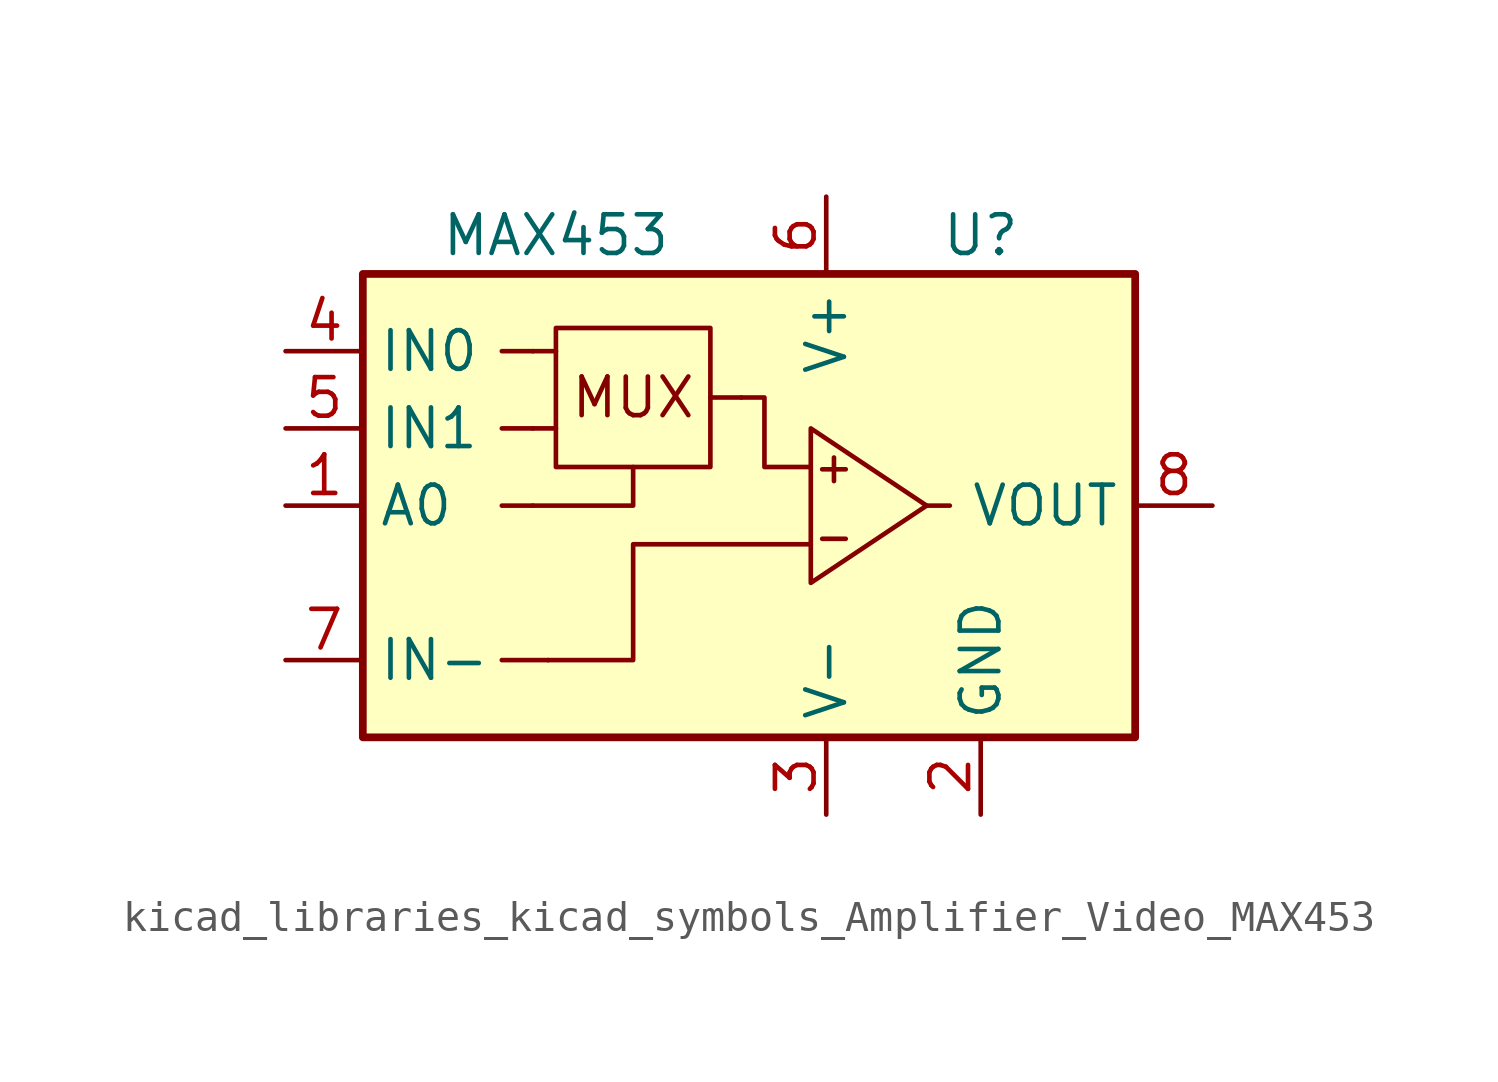
<source format=kicad_sym>
(kicad_symbol_lib
  (version 20220914)
  (generator kicad_symbol_editor)
  (symbol "kicad_libraries_kicad_symbols_Amplifier_Video_MAX453"
    (property "Reference" "U"
      (at 7.62 8.89 0)
      (effects (font (size 1.27 1.27))))
    (property "Value" "MAX453"
      (at -6.35 8.89 0)
      (effects (font (size 1.27 1.27))))
    (symbol "kicad_libraries_kicad_symbols_Amplifier_Video_MAX453_0_0"
      (rectangle (start -12.7 7.62) (end 12.7 -7.62) (stroke (width 0.254) (type default)) (fill (type background)))
      (rectangle (start -6.35 5.842) (end -1.27 1.27) (stroke (width 0) (type default)) (fill (type none)))
      (polyline (pts (xy -6.35 2.54) (xy -7.112 2.54)) (stroke (width 0) (type default)) (fill (type none)))
      (polyline (pts (xy -6.35 5.08) (xy -7.112 5.08)) (stroke (width 0) (type default)) (fill (type none)))
      (polyline (pts (xy -1.27 3.556) (xy -0.254 3.556)) (stroke (width 0) (type default)) (fill (type none)))
      (polyline (pts (xy -3.81 1.27) (xy -3.81 0) (xy -7.112 0)) (stroke (width 0) (type default)) (fill (type none)))
      (polyline (pts (xy 2.032 1.27) (xy 0.508 1.27) (xy 0.508 3.556) (xy -0.254 3.556)) (stroke (width 0) (type default)) (fill (type none)))
      (polyline (pts (xy 5.842 0) (xy 2.032 2.54) (xy 2.032 -2.54) (xy 5.842 0)) (stroke (width 0) (type default)) (fill (type none)))
      (polyline (pts (xy 2.032 -1.27) (xy 0.508 -1.27) (xy -3.81 -1.27) (xy -3.81 -5.08) (xy -6.604 -5.08)) (stroke (width 0) (type default)) (fill (type none)))
      (text "+" (at 2.794 1.27 0) (effects (font (size 1.016 1.016))))
      (text "-" (at 2.794 -1.016 0) (effects (font (size 1.016 1.016))))
      (text "MUX" (at -3.81 3.556 0) (effects (font (size 1.27 1.27)))))
    (symbol "kicad_libraries_kicad_symbols_Amplifier_Video_MAX453_0_1"
      (polyline (pts (xy -8.128 2.54) (xy -7.112 2.54)) (stroke (width 0) (type default)) (fill (type none)))
      (polyline (pts (xy -7.112 0) (xy -8.128 0)) (stroke (width 0) (type default)) (fill (type none)))
      (polyline (pts (xy -7.112 5.08) (xy -8.128 5.08)) (stroke (width 0) (type default)) (fill (type none)))
      (polyline (pts (xy -6.604 -5.08) (xy -8.128 -5.08)) (stroke (width 0) (type default)) (fill (type none)))
      (polyline (pts (xy 5.842 0) (xy 6.604 0)) (stroke (width 0) (type default)) (fill (type none))))
    (symbol "kicad_libraries_kicad_symbols_Amplifier_Video_MAX453_1_1"
      (pin input line (at -15.24 0 0) (length 2.54) (name "A0" (effects (font (size 1.27 1.27)))) (number "1" (effects (font (size 1.27 1.27)))))
      (pin power_in line (at 7.62 -10.16 90) (length 2.54) (name "GND" (effects (font (size 1.27 1.27)))) (number "2" (effects (font (size 1.27 1.27)))))
      (pin power_in line (at 2.54 -10.16 90) (length 2.54) (name "V-" (effects (font (size 1.27 1.27)))) (number "3" (effects (font (size 1.27 1.27)))))
      (pin input line (at -15.24 5.08 0) (length 2.54) (name "IN0" (effects (font (size 1.27 1.27)))) (number "4" (effects (font (size 1.27 1.27)))))
      (pin input line (at -15.24 2.54 0) (length 2.54) (name "IN1" (effects (font (size 1.27 1.27)))) (number "5" (effects (font (size 1.27 1.27)))))
      (pin power_in line (at 2.54 10.16 270) (length 2.54) (name "V+" (effects (font (size 1.27 1.27)))) (number "6" (effects (font (size 1.27 1.27)))))
      (pin input line (at -15.24 -5.08 0) (length 2.54) (name "IN-" (effects (font (size 1.27 1.27)))) (number "7" (effects (font (size 1.27 1.27)))))
      (pin output line (at 15.24 0 180) (length 2.54) (name "VOUT" (effects (font (size 1.27 1.27)))) (number "8" (effects (font (size 1.27 1.27))))))))
</source>
